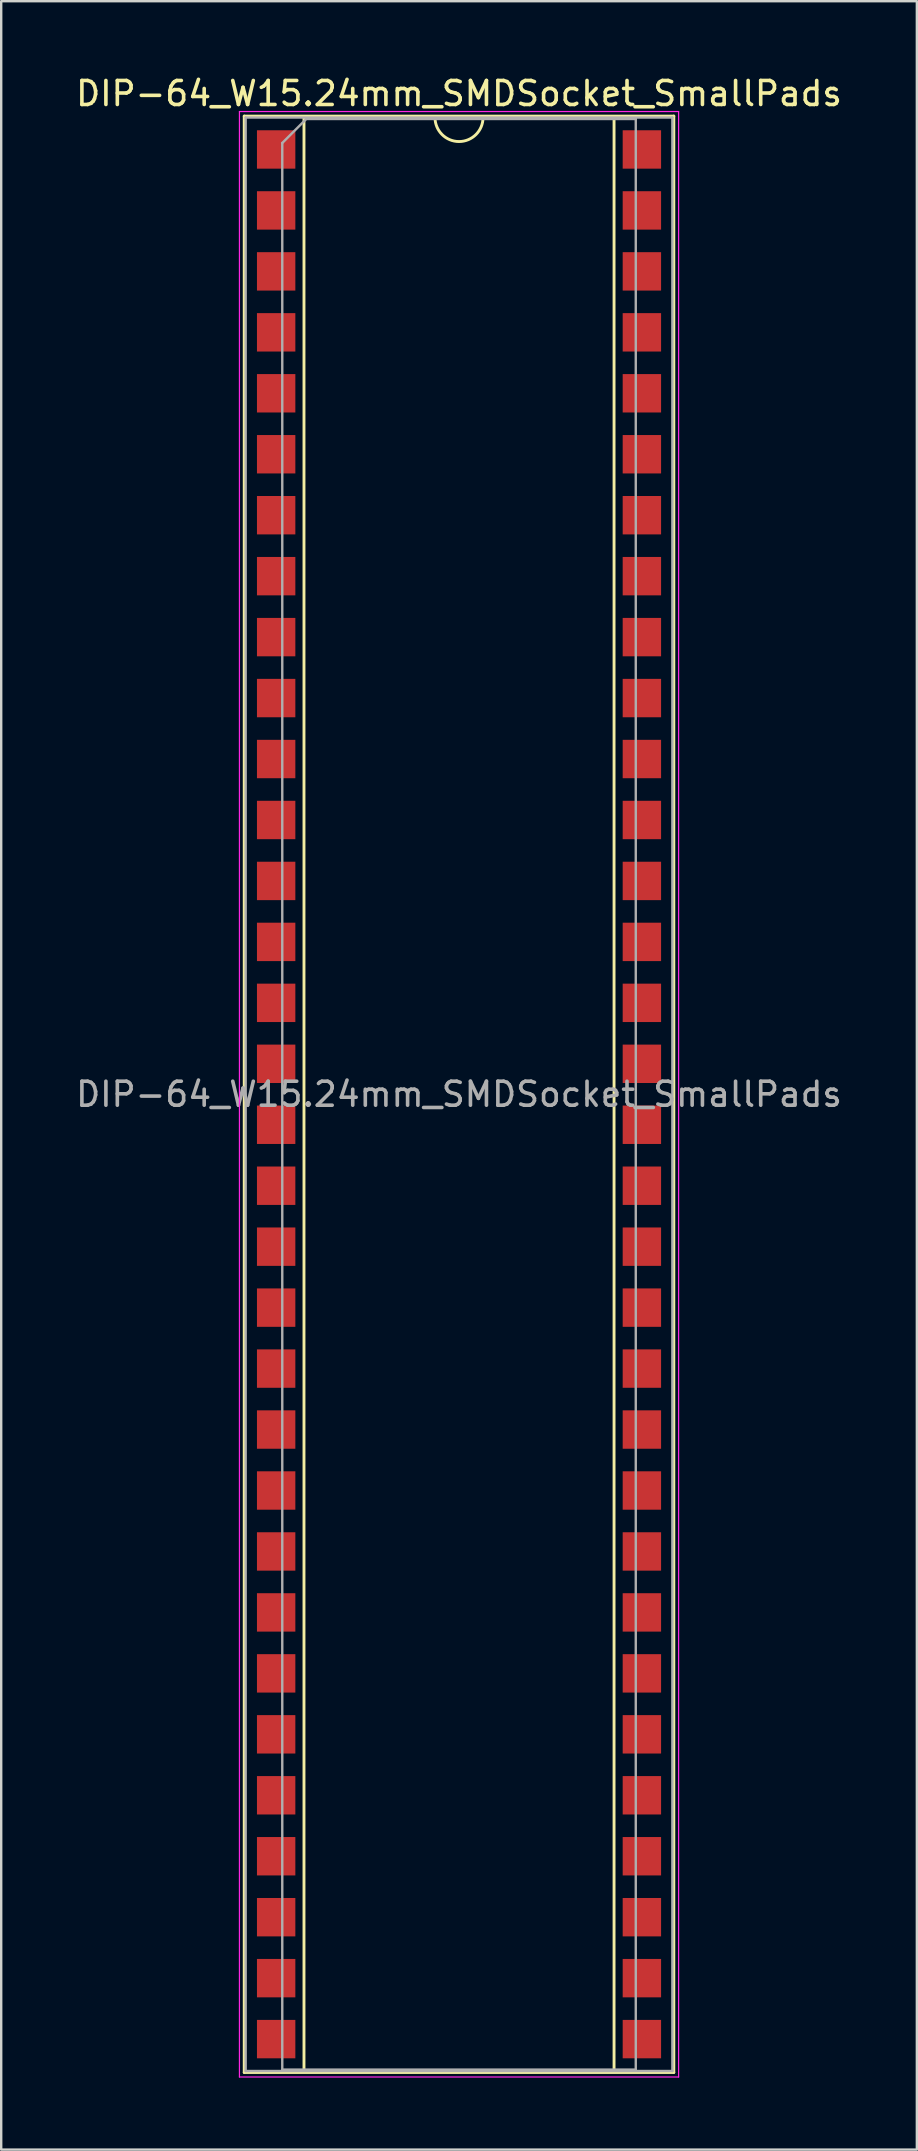
<source format=kicad_pcb>
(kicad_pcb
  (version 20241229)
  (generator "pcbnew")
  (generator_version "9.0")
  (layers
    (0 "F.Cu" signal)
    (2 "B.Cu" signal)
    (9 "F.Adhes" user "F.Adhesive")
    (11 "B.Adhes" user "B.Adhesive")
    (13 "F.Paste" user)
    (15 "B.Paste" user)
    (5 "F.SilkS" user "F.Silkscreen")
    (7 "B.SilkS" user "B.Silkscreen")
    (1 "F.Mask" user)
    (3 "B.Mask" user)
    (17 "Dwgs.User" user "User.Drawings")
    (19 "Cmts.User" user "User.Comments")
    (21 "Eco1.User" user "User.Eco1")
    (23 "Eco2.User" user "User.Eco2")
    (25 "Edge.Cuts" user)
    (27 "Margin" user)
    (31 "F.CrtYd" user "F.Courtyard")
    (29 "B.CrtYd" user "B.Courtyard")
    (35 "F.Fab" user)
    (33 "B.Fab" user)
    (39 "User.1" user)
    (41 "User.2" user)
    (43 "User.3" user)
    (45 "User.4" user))
  (footprint "DIP-64_W15.24mm_SMDSocket_SmallPads"
    (layer "F.Cu")
    (at 16.077 42.548)
    (property "Reference" "DIP-64_W15.24mm_SMDSocket_SmallPads" (at 0 -41.7 0) (layer "F.SilkS") (effects (font (size 1 1) (thickness 0.15))))
    (attr smd)
    (fp_line (start -8.95 -40.76) (end -8.95 40.76) (stroke (width 0.12) (type solid)) (layer "F.SilkS"))
    (fp_line (start -8.95 40.76) (end 8.95 40.76) (stroke (width 0.12) (type solid)) (layer "F.SilkS"))
    (fp_line (start -6.46 -40.7) (end -6.46 40.7) (stroke (width 0.12) (type solid)) (layer "F.SilkS"))
    (fp_line (start -6.46 40.7) (end 6.46 40.7) (stroke (width 0.12) (type solid)) (layer "F.SilkS"))
    (fp_line (start -1 -40.7) (end -6.46 -40.7) (stroke (width 0.12) (type solid)) (layer "F.SilkS"))
    (fp_line (start 6.46 -40.7) (end 1 -40.7) (stroke (width 0.12) (type solid)) (layer "F.SilkS"))
    (fp_line (start 6.46 40.7) (end 6.46 -40.7) (stroke (width 0.12) (type solid)) (layer "F.SilkS"))
    (fp_line (start 8.95 -40.76) (end -8.95 -40.76) (stroke (width 0.12) (type solid)) (layer "F.SilkS"))
    (fp_line (start 8.95 40.76) (end 8.95 -40.76) (stroke (width 0.12) (type solid)) (layer "F.SilkS"))
    (fp_arc (start 1 -40.7) (mid 0 -39.7) (end -1 -40.7) (stroke (width 0.12) (type solid)) (layer "F.SilkS"))
    (fp_line (start -9.15 -40.95) (end -9.15 40.95) (stroke (width 0.05) (type solid)) (layer "F.CrtYd"))
    (fp_line (start -9.15 40.95) (end 9.15 40.95) (stroke (width 0.05) (type solid)) (layer "F.CrtYd"))
    (fp_line (start 9.15 -40.95) (end -9.15 -40.95) (stroke (width 0.05) (type solid)) (layer "F.CrtYd"))
    (fp_line (start 9.15 40.95) (end 9.15 -40.95) (stroke (width 0.05) (type solid)) (layer "F.CrtYd"))
    (fp_line (start -8.89 -40.7) (end -8.89 40.7) (stroke (width 0.1) (type solid)) (layer "F.Fab"))
    (fp_line (start -8.89 40.7) (end 8.89 40.7) (stroke (width 0.1) (type solid)) (layer "F.Fab"))
    (fp_line (start -7.365 -39.64) (end -6.365 -40.64) (stroke (width 0.1) (type solid)) (layer "F.Fab"))
    (fp_line (start -7.365 40.64) (end -7.365 -39.64) (stroke (width 0.1) (type solid)) (layer "F.Fab"))
    (fp_line (start -6.365 -40.64) (end 7.365 -40.64) (stroke (width 0.1) (type solid)) (layer "F.Fab"))
    (fp_line (start 7.365 -40.64) (end 7.365 40.64) (stroke (width 0.1) (type solid)) (layer "F.Fab"))
    (fp_line (start 7.365 40.64) (end -7.365 40.64) (stroke (width 0.1) (type solid)) (layer "F.Fab"))
    (fp_line (start 8.89 -40.7) (end -8.89 -40.7) (stroke (width 0.1) (type solid)) (layer "F.Fab"))
    (fp_line (start 8.89 40.7) (end 8.89 -40.7) (stroke (width 0.1) (type solid)) (layer "F.Fab"))
    (fp_text user "${REFERENCE}" (at 0 0 0) (layer "F.Fab") (effects (font (size 1 1) (thickness 0.15))))
    (pad "1" smd rect (at -7.62 -39.37) (size 1.6 1.6) (layers "F.Cu" "F.Mask" "F.Paste"))
    (pad "2" smd rect (at -7.62 -36.83) (size 1.6 1.6) (layers "F.Cu" "F.Mask" "F.Paste"))
    (pad "3" smd rect (at -7.62 -34.29) (size 1.6 1.6) (layers "F.Cu" "F.Mask" "F.Paste"))
    (pad "4" smd rect (at -7.62 -31.75) (size 1.6 1.6) (layers "F.Cu" "F.Mask" "F.Paste"))
    (pad "5" smd rect (at -7.62 -29.21) (size 1.6 1.6) (layers "F.Cu" "F.Mask" "F.Paste"))
    (pad "6" smd rect (at -7.62 -26.67) (size 1.6 1.6) (layers "F.Cu" "F.Mask" "F.Paste"))
    (pad "7" smd rect (at -7.62 -24.13) (size 1.6 1.6) (layers "F.Cu" "F.Mask" "F.Paste"))
    (pad "8" smd rect (at -7.62 -21.59) (size 1.6 1.6) (layers "F.Cu" "F.Mask" "F.Paste"))
    (pad "9" smd rect (at -7.62 -19.05) (size 1.6 1.6) (layers "F.Cu" "F.Mask" "F.Paste"))
    (pad "10" smd rect (at -7.62 -16.51) (size 1.6 1.6) (layers "F.Cu" "F.Mask" "F.Paste"))
    (pad "11" smd rect (at -7.62 -13.97) (size 1.6 1.6) (layers "F.Cu" "F.Mask" "F.Paste"))
    (pad "12" smd rect (at -7.62 -11.43) (size 1.6 1.6) (layers "F.Cu" "F.Mask" "F.Paste"))
    (pad "13" smd rect (at -7.62 -8.89) (size 1.6 1.6) (layers "F.Cu" "F.Mask" "F.Paste"))
    (pad "14" smd rect (at -7.62 -6.35) (size 1.6 1.6) (layers "F.Cu" "F.Mask" "F.Paste"))
    (pad "15" smd rect (at -7.62 -3.81) (size 1.6 1.6) (layers "F.Cu" "F.Mask" "F.Paste"))
    (pad "16" smd rect (at -7.62 -1.27) (size 1.6 1.6) (layers "F.Cu" "F.Mask" "F.Paste"))
    (pad "17" smd rect (at -7.62 1.27) (size 1.6 1.6) (layers "F.Cu" "F.Mask" "F.Paste"))
    (pad "18" smd rect (at -7.62 3.81) (size 1.6 1.6) (layers "F.Cu" "F.Mask" "F.Paste"))
    (pad "19" smd rect (at -7.62 6.35) (size 1.6 1.6) (layers "F.Cu" "F.Mask" "F.Paste"))
    (pad "20" smd rect (at -7.62 8.89) (size 1.6 1.6) (layers "F.Cu" "F.Mask" "F.Paste"))
    (pad "21" smd rect (at -7.62 11.43) (size 1.6 1.6) (layers "F.Cu" "F.Mask" "F.Paste"))
    (pad "22" smd rect (at -7.62 13.97) (size 1.6 1.6) (layers "F.Cu" "F.Mask" "F.Paste"))
    (pad "23" smd rect (at -7.62 16.51) (size 1.6 1.6) (layers "F.Cu" "F.Mask" "F.Paste"))
    (pad "24" smd rect (at -7.62 19.05) (size 1.6 1.6) (layers "F.Cu" "F.Mask" "F.Paste"))
    (pad "25" smd rect (at -7.62 21.59) (size 1.6 1.6) (layers "F.Cu" "F.Mask" "F.Paste"))
    (pad "26" smd rect (at -7.62 24.13) (size 1.6 1.6) (layers "F.Cu" "F.Mask" "F.Paste"))
    (pad "27" smd rect (at -7.62 26.67) (size 1.6 1.6) (layers "F.Cu" "F.Mask" "F.Paste"))
    (pad "28" smd rect (at -7.62 29.21) (size 1.6 1.6) (layers "F.Cu" "F.Mask" "F.Paste"))
    (pad "29" smd rect (at -7.62 31.75) (size 1.6 1.6) (layers "F.Cu" "F.Mask" "F.Paste"))
    (pad "30" smd rect (at -7.62 34.29) (size 1.6 1.6) (layers "F.Cu" "F.Mask" "F.Paste"))
    (pad "31" smd rect (at -7.62 36.83) (size 1.6 1.6) (layers "F.Cu" "F.Mask" "F.Paste"))
    (pad "32" smd rect (at -7.62 39.37) (size 1.6 1.6) (layers "F.Cu" "F.Mask" "F.Paste"))
    (pad "33" smd rect (at 7.62 39.37) (size 1.6 1.6) (layers "F.Cu" "F.Mask" "F.Paste"))
    (pad "34" smd rect (at 7.62 36.83) (size 1.6 1.6) (layers "F.Cu" "F.Mask" "F.Paste"))
    (pad "35" smd rect (at 7.62 34.29) (size 1.6 1.6) (layers "F.Cu" "F.Mask" "F.Paste"))
    (pad "36" smd rect (at 7.62 31.75) (size 1.6 1.6) (layers "F.Cu" "F.Mask" "F.Paste"))
    (pad "37" smd rect (at 7.62 29.21) (size 1.6 1.6) (layers "F.Cu" "F.Mask" "F.Paste"))
    (pad "38" smd rect (at 7.62 26.67) (size 1.6 1.6) (layers "F.Cu" "F.Mask" "F.Paste"))
    (pad "39" smd rect (at 7.62 24.13) (size 1.6 1.6) (layers "F.Cu" "F.Mask" "F.Paste"))
    (pad "40" smd rect (at 7.62 21.59) (size 1.6 1.6) (layers "F.Cu" "F.Mask" "F.Paste"))
    (pad "41" smd rect (at 7.62 19.05) (size 1.6 1.6) (layers "F.Cu" "F.Mask" "F.Paste"))
    (pad "42" smd rect (at 7.62 16.51) (size 1.6 1.6) (layers "F.Cu" "F.Mask" "F.Paste"))
    (pad "43" smd rect (at 7.62 13.97) (size 1.6 1.6) (layers "F.Cu" "F.Mask" "F.Paste"))
    (pad "44" smd rect (at 7.62 11.43) (size 1.6 1.6) (layers "F.Cu" "F.Mask" "F.Paste"))
    (pad "45" smd rect (at 7.62 8.89) (size 1.6 1.6) (layers "F.Cu" "F.Mask" "F.Paste"))
    (pad "46" smd rect (at 7.62 6.35) (size 1.6 1.6) (layers "F.Cu" "F.Mask" "F.Paste"))
    (pad "47" smd rect (at 7.62 3.81) (size 1.6 1.6) (layers "F.Cu" "F.Mask" "F.Paste"))
    (pad "48" smd rect (at 7.62 1.27) (size 1.6 1.6) (layers "F.Cu" "F.Mask" "F.Paste"))
    (pad "49" smd rect (at 7.62 -1.27) (size 1.6 1.6) (layers "F.Cu" "F.Mask" "F.Paste"))
    (pad "50" smd rect (at 7.62 -3.81) (size 1.6 1.6) (layers "F.Cu" "F.Mask" "F.Paste"))
    (pad "51" smd rect (at 7.62 -6.35) (size 1.6 1.6) (layers "F.Cu" "F.Mask" "F.Paste"))
    (pad "52" smd rect (at 7.62 -8.89) (size 1.6 1.6) (layers "F.Cu" "F.Mask" "F.Paste"))
    (pad "53" smd rect (at 7.62 -11.43) (size 1.6 1.6) (layers "F.Cu" "F.Mask" "F.Paste"))
    (pad "54" smd rect (at 7.62 -13.97) (size 1.6 1.6) (layers "F.Cu" "F.Mask" "F.Paste"))
    (pad "55" smd rect (at 7.62 -16.51) (size 1.6 1.6) (layers "F.Cu" "F.Mask" "F.Paste"))
    (pad "56" smd rect (at 7.62 -19.05) (size 1.6 1.6) (layers "F.Cu" "F.Mask" "F.Paste"))
    (pad "57" smd rect (at 7.62 -21.59) (size 1.6 1.6) (layers "F.Cu" "F.Mask" "F.Paste"))
    (pad "58" smd rect (at 7.62 -24.13) (size 1.6 1.6) (layers "F.Cu" "F.Mask" "F.Paste"))
    (pad "59" smd rect (at 7.62 -26.67) (size 1.6 1.6) (layers "F.Cu" "F.Mask" "F.Paste"))
    (pad "60" smd rect (at 7.62 -29.21) (size 1.6 1.6) (layers "F.Cu" "F.Mask" "F.Paste"))
    (pad "61" smd rect (at 7.62 -31.75) (size 1.6 1.6) (layers "F.Cu" "F.Mask" "F.Paste"))
    (pad "62" smd rect (at 7.62 -34.29) (size 1.6 1.6) (layers "F.Cu" "F.Mask" "F.Paste"))
    (pad "63" smd rect (at 7.62 -36.83) (size 1.6 1.6) (layers "F.Cu" "F.Mask" "F.Paste"))
    (pad "64" smd rect (at 7.62 -39.37) (size 1.6 1.6) (layers "F.Cu" "F.Mask" "F.Paste")))
  (gr_rect
    (start -3 -3)
    (end 35.155 86.523)
    (stroke (width 0.1) (type default))
    (fill no)
    (layer "Edge.Cuts")))
</source>
